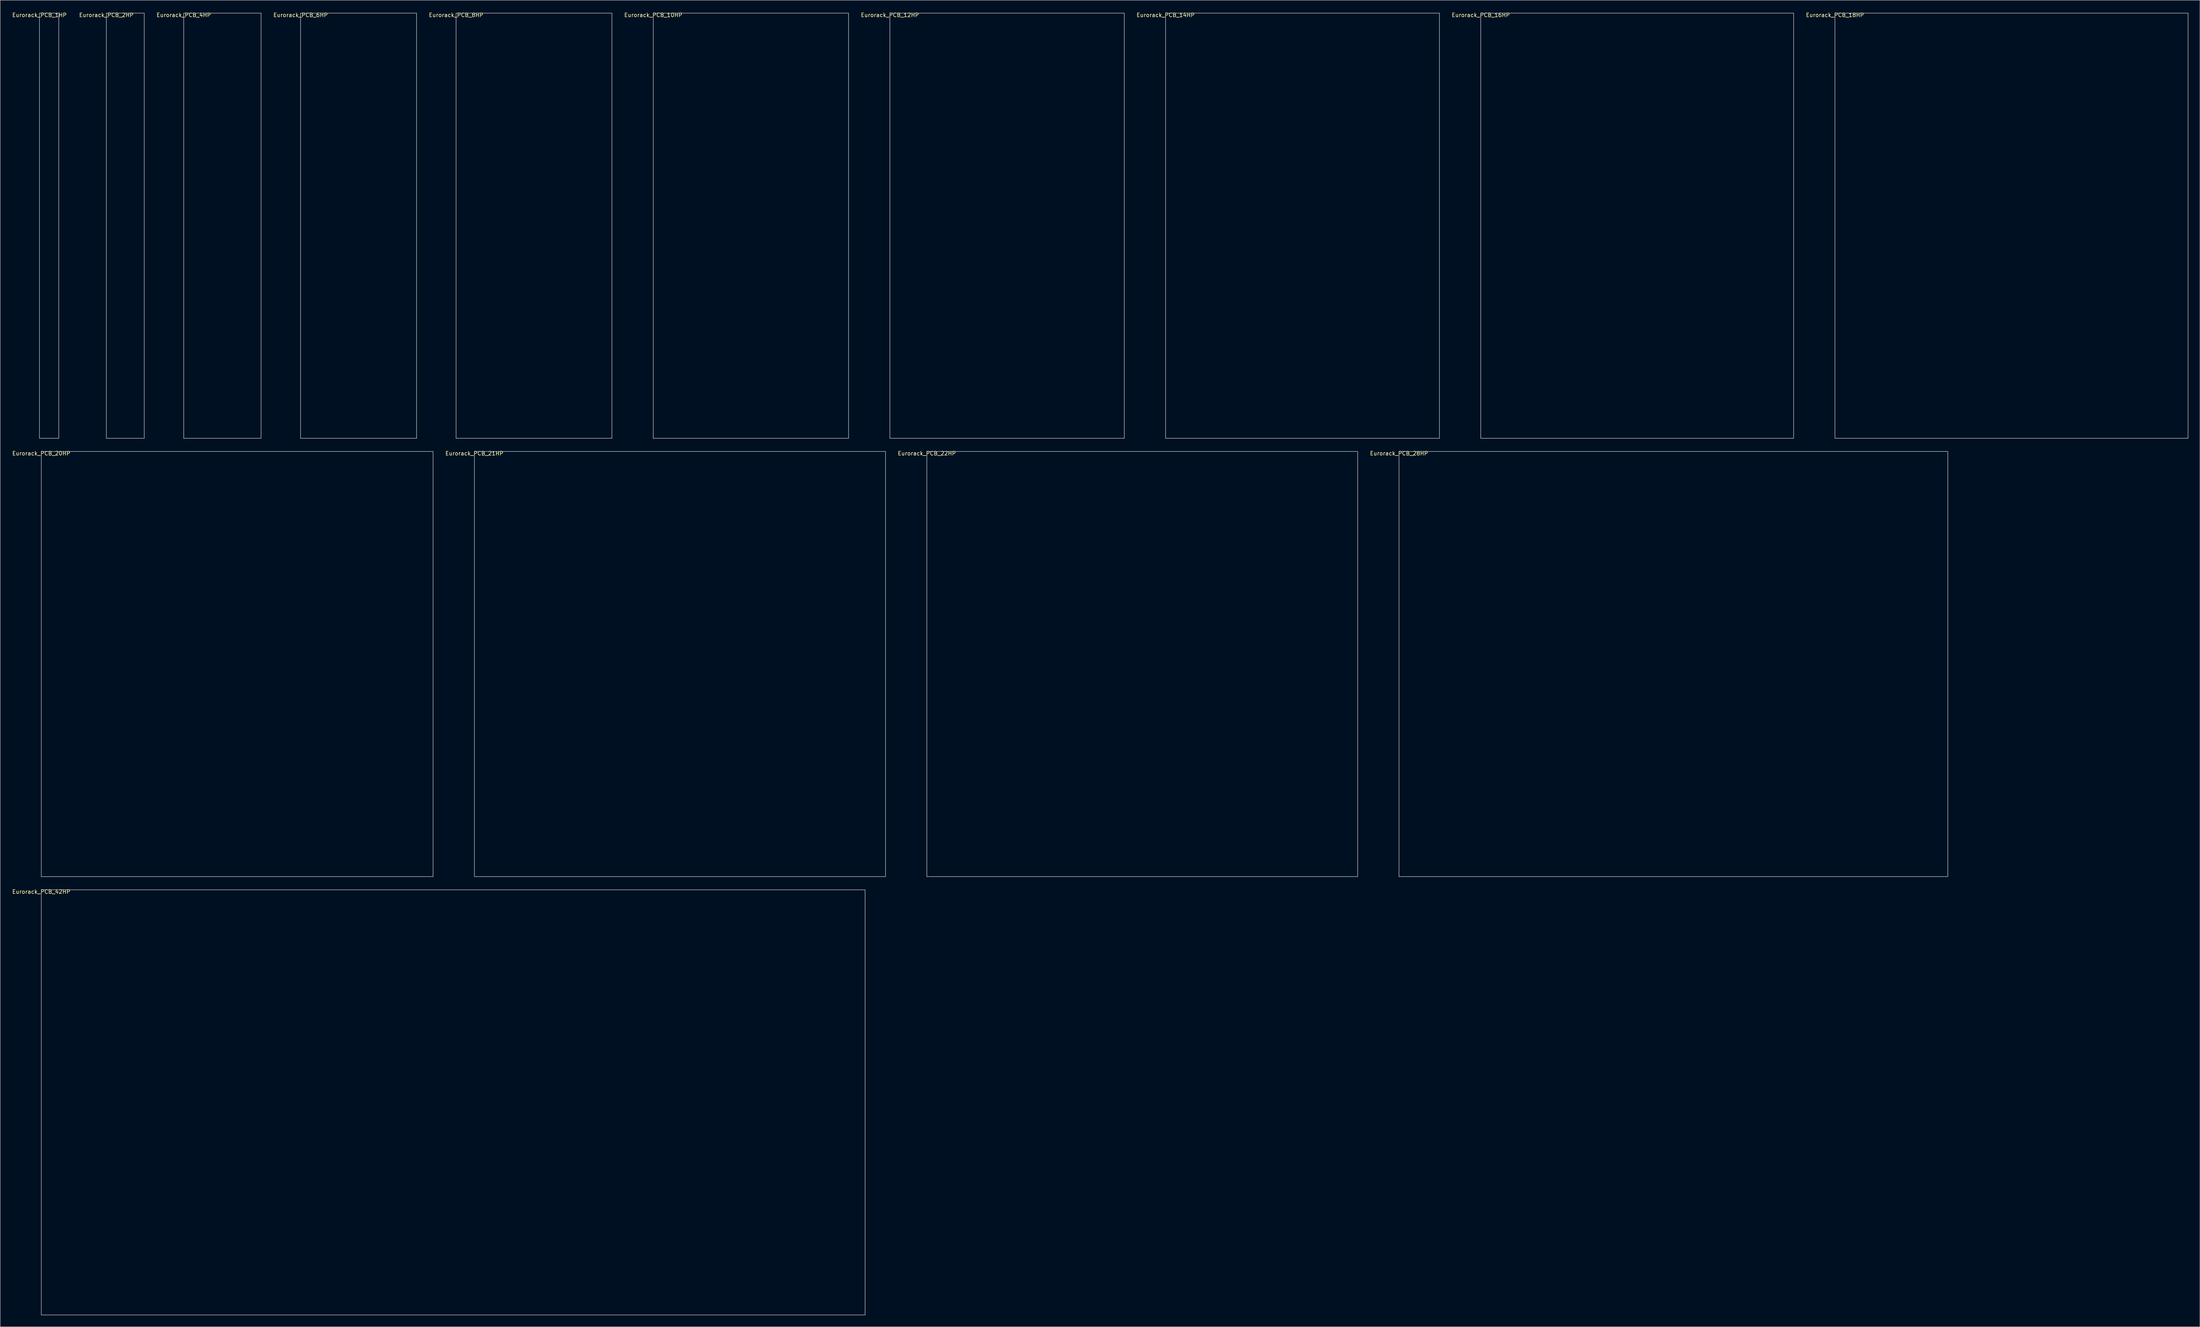
<source format=kicad_pcb>
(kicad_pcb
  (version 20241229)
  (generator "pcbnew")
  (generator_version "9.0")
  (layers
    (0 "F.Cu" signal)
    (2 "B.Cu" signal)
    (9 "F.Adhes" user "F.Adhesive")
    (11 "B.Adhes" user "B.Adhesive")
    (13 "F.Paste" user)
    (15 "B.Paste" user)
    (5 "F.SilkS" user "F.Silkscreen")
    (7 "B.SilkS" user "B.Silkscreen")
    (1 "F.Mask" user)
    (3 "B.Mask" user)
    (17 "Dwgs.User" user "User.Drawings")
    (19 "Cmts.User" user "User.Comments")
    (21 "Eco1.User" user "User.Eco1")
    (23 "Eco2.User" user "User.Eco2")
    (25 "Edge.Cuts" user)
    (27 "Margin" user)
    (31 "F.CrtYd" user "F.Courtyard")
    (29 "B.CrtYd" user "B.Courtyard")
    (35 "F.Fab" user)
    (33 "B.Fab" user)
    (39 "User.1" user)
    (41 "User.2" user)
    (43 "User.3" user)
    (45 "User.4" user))
  (footprint "Eurorack_PCB_14HP"
    (layer "F.Cu")
    (at 298.328 0.348)
    (property "Reference" "Eurorack_PCB_14HP" (at 0 0.5 0) (layer "F.SilkS") (effects (font (size 1 1) (thickness 0.15))))
    (attr through_hole)
    (fp_line (start 0 0) (end 0 110) (stroke (width 0.12) (type solid)) (layer "Edge.Cuts"))
    (fp_line (start 0 0) (end 70.8 0) (stroke (width 0.12) (type solid)) (layer "Edge.Cuts"))
    (fp_line (start 0 110) (end 70.8 110) (stroke (width 0.12) (type solid)) (layer "Edge.Cuts"))
    (fp_line (start 70.8 0) (end 70.8 110) (stroke (width 0.12) (type solid)) (layer "Edge.Cuts")))
  (footprint "Eurorack_PCB_16HP"
    (layer "F.Cu")
    (at 379.813 0.348)
    (property "Reference" "Eurorack_PCB_16HP" (at 0 0.5 0) (layer "F.SilkS") (effects (font (size 1 1) (thickness 0.15))))
    (attr through_hole)
    (fp_line (start 0 0) (end 0 110) (stroke (width 0.12) (type solid)) (layer "Edge.Cuts"))
    (fp_line (start 0 0) (end 80.9 0) (stroke (width 0.12) (type solid)) (layer "Edge.Cuts"))
    (fp_line (start 0 110) (end 80.9 110) (stroke (width 0.12) (type solid)) (layer "Edge.Cuts"))
    (fp_line (start 80.9 0) (end 80.9 110) (stroke (width 0.12) (type solid)) (layer "Edge.Cuts")))
  (footprint "Eurorack_PCB_4HP"
    (layer "F.Cu")
    (at 44.455 0.348)
    (property "Reference" "Eurorack_PCB_4HP" (at 0 0.5 0) (layer "F.SilkS") (effects (font (size 1 1) (thickness 0.15))))
    (attr through_hole)
    (fp_line (start 0 0) (end 0 110) (stroke (width 0.12) (type solid)) (layer "Edge.Cuts"))
    (fp_line (start 0 0) (end 20 0) (stroke (width 0.12) (type solid)) (layer "Edge.Cuts"))
    (fp_line (start 0 110) (end 20 110) (stroke (width 0.12) (type solid)) (layer "Edge.Cuts"))
    (fp_line (start 20 0) (end 20 110) (stroke (width 0.12) (type solid)) (layer "Edge.Cuts")))
  (footprint "Eurorack_PCB_10HP"
    (layer "F.Cu")
    (at 165.858 0.348)
    (property "Reference" "Eurorack_PCB_10HP" (at 0 0.5 0) (layer "F.SilkS") (effects (font (size 1 1) (thickness 0.15))))
    (attr through_hole)
    (fp_line (start 0 0) (end 0 110) (stroke (width 0.12) (type solid)) (layer "Edge.Cuts"))
    (fp_line (start 0 0) (end 50.5 0) (stroke (width 0.12) (type solid)) (layer "Edge.Cuts"))
    (fp_line (start 0 110) (end 50.5 110) (stroke (width 0.12) (type solid)) (layer "Edge.Cuts"))
    (fp_line (start 50.5 0) (end 50.5 110) (stroke (width 0.12) (type solid)) (layer "Edge.Cuts")))
  (footprint "Eurorack_PCB_42HP"
    (layer "F.Cu")
    (at 7.625 227.165)
    (property "Reference" "Eurorack_PCB_42HP" (at 0 0.5 0) (layer "F.SilkS") (effects (font (size 1 1) (thickness 0.15))))
    (attr through_hole)
    (fp_line (start 0 0) (end 0 110) (stroke (width 0.12) (type solid)) (layer "Edge.Cuts"))
    (fp_line (start 0 0) (end 213 0) (stroke (width 0.12) (type solid)) (layer "Edge.Cuts"))
    (fp_line (start 0 110) (end 213 110) (stroke (width 0.12) (type solid)) (layer "Edge.Cuts"))
    (fp_line (start 213 0) (end 213 110) (stroke (width 0.12) (type solid)) (layer "Edge.Cuts")))
  (footprint "Eurorack_PCB_20HP"
    (layer "F.Cu")
    (at 7.625 113.757)
    (property "Reference" "Eurorack_PCB_20HP" (at 0 0.5 0) (layer "F.SilkS") (effects (font (size 1 1) (thickness 0.15))))
    (attr through_hole)
    (fp_line (start 0 0) (end 0 110) (stroke (width 0.12) (type solid)) (layer "Edge.Cuts"))
    (fp_line (start 0 0) (end 101.3 0) (stroke (width 0.12) (type solid)) (layer "Edge.Cuts"))
    (fp_line (start 0 110) (end 101.3 110) (stroke (width 0.12) (type solid)) (layer "Edge.Cuts"))
    (fp_line (start 101.3 0) (end 101.3 110) (stroke (width 0.12) (type solid)) (layer "Edge.Cuts")))
  (footprint "Eurorack_PCB_12HP"
    (layer "F.Cu")
    (at 227.043 0.348)
    (property "Reference" "Eurorack_PCB_12HP" (at 0 0.5 0) (layer "F.SilkS") (effects (font (size 1 1) (thickness 0.15))))
    (attr through_hole)
    (fp_line (start 0 0) (end 0 110) (stroke (width 0.12) (type solid)) (layer "Edge.Cuts"))
    (fp_line (start 0 0) (end 60.6 0) (stroke (width 0.12) (type solid)) (layer "Edge.Cuts"))
    (fp_line (start 0 110) (end 60.6 110) (stroke (width 0.12) (type solid)) (layer "Edge.Cuts"))
    (fp_line (start 60.6 0) (end 60.6 110) (stroke (width 0.12) (type solid)) (layer "Edge.Cuts")))
  (footprint "Eurorack_PCB_18HP"
    (layer "F.Cu")
    (at 471.398 0.348)
    (property "Reference" "Eurorack_PCB_18HP" (at 0 0.5 0) (layer "F.SilkS") (effects (font (size 1 1) (thickness 0.15))))
    (attr through_hole)
    (fp_line (start 0 0) (end 0 110) (stroke (width 0.12) (type solid)) (layer "Edge.Cuts"))
    (fp_line (start 0 0) (end 91.3 0) (stroke (width 0.12) (type solid)) (layer "Edge.Cuts"))
    (fp_line (start 0 110) (end 91.3 110) (stroke (width 0.12) (type solid)) (layer "Edge.Cuts"))
    (fp_line (start 91.3 0) (end 91.3 110) (stroke (width 0.12) (type solid)) (layer "Edge.Cuts")))
  (footprint "Eurorack_PCB_21HP"
    (layer "F.Cu")
    (at 119.61 113.757)
    (property "Reference" "Eurorack_PCB_21HP" (at 0 0.5 0) (layer "F.SilkS") (effects (font (size 1 1) (thickness 0.15))))
    (attr through_hole)
    (fp_line (start 0 0) (end 0 110) (stroke (width 0.12) (type solid)) (layer "Edge.Cuts"))
    (fp_line (start 0 0) (end 106.3 0) (stroke (width 0.12) (type solid)) (layer "Edge.Cuts"))
    (fp_line (start 0 110) (end 106.3 110) (stroke (width 0.12) (type solid)) (layer "Edge.Cuts"))
    (fp_line (start 106.3 0) (end 106.3 110) (stroke (width 0.12) (type solid)) (layer "Edge.Cuts")))
  (footprint "Eurorack_PCB_28HP"
    (layer "F.Cu")
    (at 358.68 113.757)
    (property "Reference" "Eurorack_PCB_28HP" (at 0 0.5 0) (layer "F.SilkS") (effects (font (size 1 1) (thickness 0.15))))
    (attr through_hole)
    (fp_line (start 0 0) (end 0 110) (stroke (width 0.12) (type solid)) (layer "Edge.Cuts"))
    (fp_line (start 0 0) (end 141.9 0) (stroke (width 0.12) (type solid)) (layer "Edge.Cuts"))
    (fp_line (start 0 110) (end 141.9 110) (stroke (width 0.12) (type solid)) (layer "Edge.Cuts"))
    (fp_line (start 141.9 0) (end 141.9 110) (stroke (width 0.12) (type solid)) (layer "Edge.Cuts")))
  (footprint "Eurorack_PCB_6HP"
    (layer "F.Cu")
    (at 74.664 0.348)
    (property "Reference" "Eurorack_PCB_6HP" (at 0 0.5 0) (layer "F.SilkS") (effects (font (size 1 1) (thickness 0.15))))
    (attr through_hole)
    (fp_line (start 0 0) (end 0 110) (stroke (width 0.12) (type solid)) (layer "Edge.Cuts"))
    (fp_line (start 0 0) (end 30 0) (stroke (width 0.12) (type solid)) (layer "Edge.Cuts"))
    (fp_line (start 0 110) (end 30 110) (stroke (width 0.12) (type solid)) (layer "Edge.Cuts"))
    (fp_line (start 30 0) (end 30 110) (stroke (width 0.12) (type solid)) (layer "Edge.Cuts")))
  (footprint "Eurorack_PCB_2HP"
    (layer "F.Cu")
    (at 24.446 0.348)
    (property "Reference" "Eurorack_PCB_2HP" (at 0 0.5 0) (layer "F.SilkS") (effects (font (size 1 1) (thickness 0.15))))
    (attr through_hole)
    (fp_line (start 0 0) (end 0 110) (stroke (width 0.12) (type solid)) (layer "Edge.Cuts"))
    (fp_line (start 0 0) (end 9.8 0) (stroke (width 0.12) (type solid)) (layer "Edge.Cuts"))
    (fp_line (start 0 110) (end 9.8 110) (stroke (width 0.12) (type solid)) (layer "Edge.Cuts"))
    (fp_line (start 9.8 0) (end 9.8 110) (stroke (width 0.12) (type solid)) (layer "Edge.Cuts")))
  (footprint "Eurorack_PCB_22HP"
    (layer "F.Cu")
    (at 236.595 113.757)
    (property "Reference" "Eurorack_PCB_22HP" (at 0 0.5 0) (layer "F.SilkS") (effects (font (size 1 1) (thickness 0.15))))
    (attr through_hole)
    (fp_line (start 0 0) (end 0 110) (stroke (width 0.12) (type solid)) (layer "Edge.Cuts"))
    (fp_line (start 0 0) (end 111.4 0) (stroke (width 0.12) (type solid)) (layer "Edge.Cuts"))
    (fp_line (start 0 110) (end 111.4 110) (stroke (width 0.12) (type solid)) (layer "Edge.Cuts"))
    (fp_line (start 111.4 0) (end 111.4 110) (stroke (width 0.12) (type solid)) (layer "Edge.Cuts")))
  (footprint "Eurorack_PCB_8HP"
    (layer "F.Cu")
    (at 114.873 0.348)
    (property "Reference" "Eurorack_PCB_8HP" (at 0 0.5 0) (layer "F.SilkS") (effects (font (size 1 1) (thickness 0.15))))
    (attr through_hole)
    (fp_line (start 0 0) (end 0 110) (stroke (width 0.12) (type solid)) (layer "Edge.Cuts"))
    (fp_line (start 0 0) (end 40.3 0) (stroke (width 0.12) (type solid)) (layer "Edge.Cuts"))
    (fp_line (start 0 110) (end 40.3 110) (stroke (width 0.12) (type solid)) (layer "Edge.Cuts"))
    (fp_line (start 40.3 0) (end 40.3 110) (stroke (width 0.12) (type solid)) (layer "Edge.Cuts")))
  (footprint "Eurorack_PCB_1HP"
    (layer "F.Cu")
    (at 7.149 0.348)
    (property "Reference" "Eurorack_PCB_1HP" (at 0 0.5 0) (layer "F.SilkS") (effects (font (size 1 1) (thickness 0.15))))
    (attr through_hole)
    (fp_line (start 0 0) (end 0 110) (stroke (width 0.12) (type solid)) (layer "Edge.Cuts"))
    (fp_line (start 0 0) (end 5 0) (stroke (width 0.12) (type solid)) (layer "Edge.Cuts"))
    (fp_line (start 0 110) (end 5 110) (stroke (width 0.12) (type solid)) (layer "Edge.Cuts"))
    (fp_line (start 5 0) (end 5 110) (stroke (width 0.12) (type solid)) (layer "Edge.Cuts")))
  (gr_rect
    (start -3 -3)
    (end 565.758 340.225)
    (stroke (width 0.1) (type default))
    (fill no)
    (layer "Edge.Cuts")))
</source>
